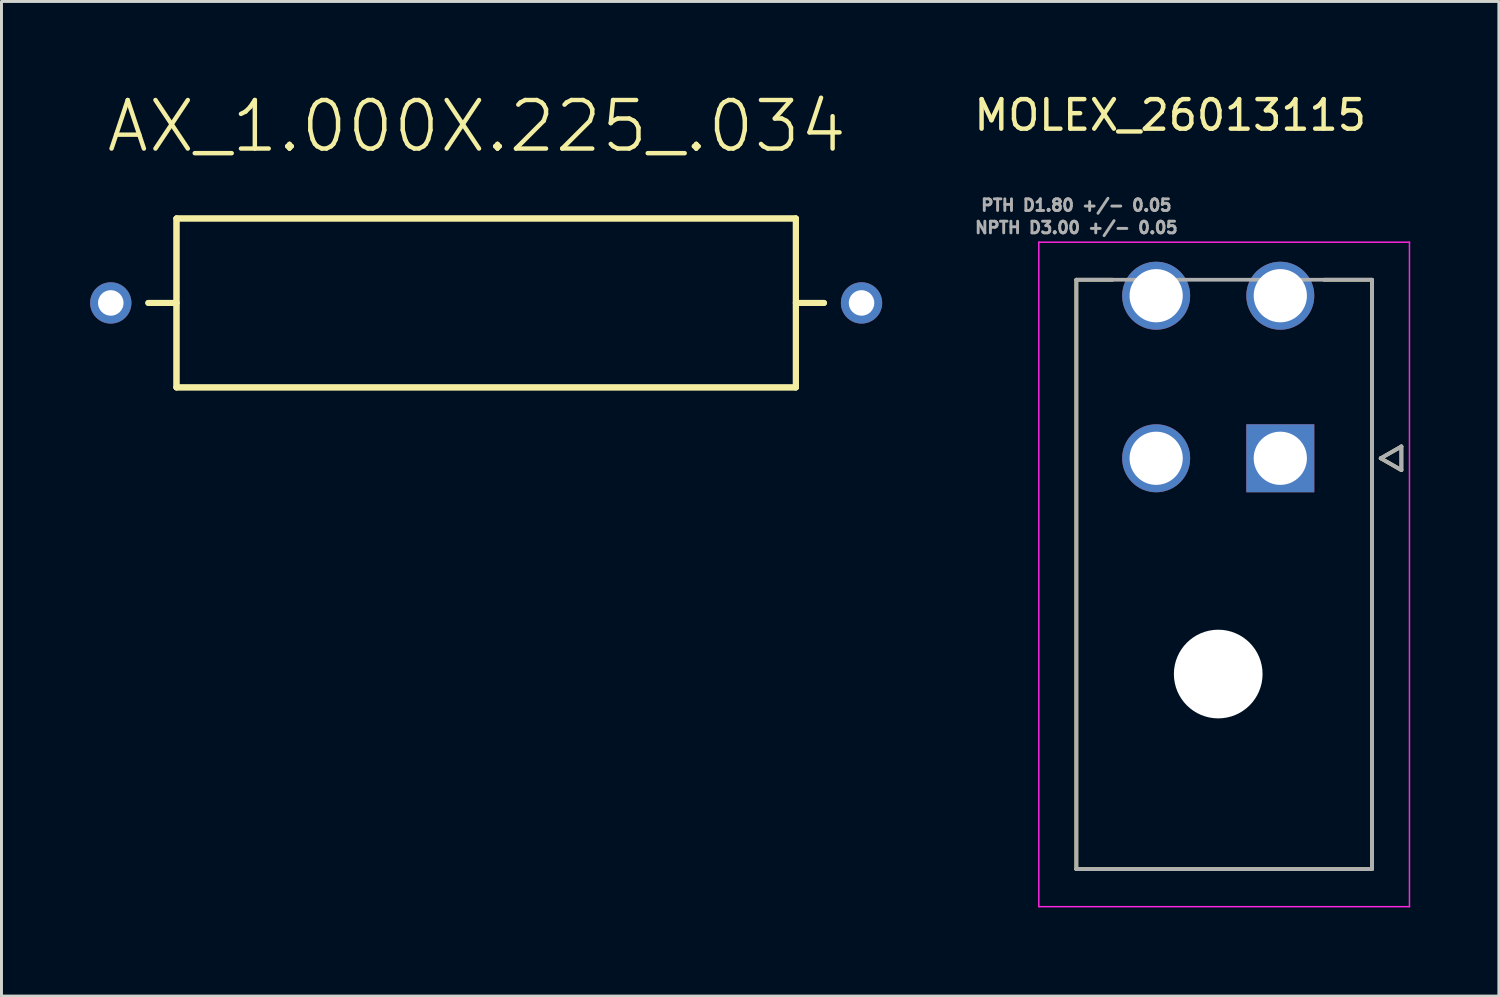
<source format=kicad_pcb>
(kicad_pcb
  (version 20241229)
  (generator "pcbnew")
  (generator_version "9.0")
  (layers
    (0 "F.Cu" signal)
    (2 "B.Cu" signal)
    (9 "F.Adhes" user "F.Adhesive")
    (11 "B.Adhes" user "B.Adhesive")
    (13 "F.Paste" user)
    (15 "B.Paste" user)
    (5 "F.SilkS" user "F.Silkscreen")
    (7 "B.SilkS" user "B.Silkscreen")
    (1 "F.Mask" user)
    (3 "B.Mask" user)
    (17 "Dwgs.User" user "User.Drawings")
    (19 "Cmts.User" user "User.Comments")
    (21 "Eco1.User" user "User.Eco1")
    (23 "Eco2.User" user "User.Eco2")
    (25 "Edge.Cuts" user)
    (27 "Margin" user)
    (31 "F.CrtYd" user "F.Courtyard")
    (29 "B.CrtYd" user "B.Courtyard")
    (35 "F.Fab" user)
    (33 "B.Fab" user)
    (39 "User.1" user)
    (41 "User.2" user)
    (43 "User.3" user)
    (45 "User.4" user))
  (footprint "MOLEX_26013115"
    (layer "F.Cu")
    (at 40.266 12.455)
    (property "Reference" "MOLEX_26013115" (at -3.725 -11.607 0) (layer "F.SilkS") (effects (font (size 1 1) (thickness 0.15))))
    (attr through_hole)
    (fp_circle (center -4.2 -5.5) (end -3.587 -5.5) (stroke (width 1.226) (type solid)) (fill no) (layer "F.Mask"))
    (fp_circle (center -4.2 0) (end -3.587 0) (stroke (width 1.226) (type solid)) (fill no) (layer "F.Mask"))
    (fp_circle (center -2.1 7.3) (end -1.312 7.3) (stroke (width 1.576) (type solid)) (fill no) (layer "F.Mask"))
    (fp_circle (center 0 -5.5) (end 0.613 -5.5) (stroke (width 1.226) (type solid)) (fill no) (layer "F.Mask"))
    (fp_poly (pts (xy -1.226 -1.226) (xy 1.226 -1.226) (xy 1.226 1.226) (xy -1.226 1.226)) (stroke (width 0.01) (type solid)) (fill yes) (layer "F.Mask"))
    (fp_circle (center -4.2 -5.5) (end -3.587 -5.5) (stroke (width 1.226) (type solid)) (fill no) (layer "B.Mask"))
    (fp_circle (center -4.2 0) (end -3.587 0) (stroke (width 1.226) (type solid)) (fill no) (layer "B.Mask"))
    (fp_circle (center -2.1 7.3) (end -1.312 7.3) (stroke (width 1.576) (type solid)) (fill no) (layer "B.Mask"))
    (fp_circle (center 0 -5.5) (end 0.613 -5.5) (stroke (width 1.226) (type solid)) (fill no) (layer "B.Mask"))
    (fp_poly (pts (xy -1.226 -1.226) (xy 1.226 -1.226) (xy 1.226 1.226) (xy -1.226 1.226)) (stroke (width 0.01) (type solid)) (fill yes) (layer "B.Mask"))
    (fp_line (start -6.9 -6.04) (end -5.676 -6.04) (stroke (width 0.127) (type solid)) (layer "F.SilkS"))
    (fp_line (start -6.9 13.9) (end -6.9 -6.04) (stroke (width 0.127) (type solid)) (layer "F.SilkS"))
    (fp_line (start 3.1 -6.04) (end 1.476 -6.04) (stroke (width 0.127) (type solid)) (layer "F.SilkS"))
    (fp_line (start 3.1 -6.04) (end 3.1 13.9) (stroke (width 0.127) (type solid)) (layer "F.SilkS"))
    (fp_line (start 3.1 13.9) (end -6.9 13.9) (stroke (width 0.127) (type solid)) (layer "F.SilkS"))
    (fp_line (start 3.397 0) (end 4.097 0.4) (stroke (width 0.127) (type solid)) (layer "F.SilkS"))
    (fp_line (start 4.097 -0.4) (end 3.397 0) (stroke (width 0.127) (type solid)) (layer "F.SilkS"))
    (fp_line (start 4.097 0.4) (end 4.097 -0.4) (stroke (width 0.127) (type solid)) (layer "F.SilkS"))
    (fp_line (start -8.17 -7.31) (end 4.37 -7.31) (stroke (width 0.05) (type solid)) (layer "F.CrtYd"))
    (fp_line (start -8.17 15.17) (end -8.17 -7.31) (stroke (width 0.05) (type solid)) (layer "F.CrtYd"))
    (fp_line (start 4.37 -7.31) (end 4.37 15.17) (stroke (width 0.05) (type solid)) (layer "F.CrtYd"))
    (fp_line (start 4.37 15.17) (end -8.17 15.17) (stroke (width 0.05) (type solid)) (layer "F.CrtYd"))
    (fp_line (start -6.9 -6.04) (end 3.1 -6.04) (stroke (width 0.127) (type solid)) (layer "F.Fab"))
    (fp_line (start -6.9 13.9) (end -6.9 -6.04) (stroke (width 0.127) (type solid)) (layer "F.Fab"))
    (fp_line (start 3.1 -6.04) (end 3.1 13.9) (stroke (width 0.127) (type solid)) (layer "F.Fab"))
    (fp_line (start 3.1 13.9) (end -6.9 13.9) (stroke (width 0.127) (type solid)) (layer "F.Fab"))
    (fp_line (start 3.397 0) (end 4.097 0.4) (stroke (width 0.127) (type solid)) (layer "F.Fab"))
    (fp_line (start 4.097 -0.4) (end 3.397 0) (stroke (width 0.127) (type solid)) (layer "F.Fab"))
    (fp_line (start 4.097 0.4) (end 4.097 -0.4) (stroke (width 0.127) (type solid)) (layer "F.Fab"))
    (fp_text user "NPTH D3.00 +/- 0.05" (at -6.9 -7.804 0) (layer "F.Fab") (effects (font (size 0.394 0.394) (thickness 0.15))))
    (fp_text user "PTH D1.80 +/- 0.05" (at -6.9 -8.561 0) (layer "F.Fab") (effects (font (size 0.394 0.394) (thickness 0.15))))
    (pad "" np_thru_hole circle (at -2.1 7.3) (size 3 3) (drill 3) (layers "*.Cu" "*.Mask"))
    (pad "1" thru_hole rect (at 0 0) (size 2.3 2.3) (drill 1.8) (layers "*.Cu"))
    (pad "2" thru_hole circle (at -4.2 0) (size 2.3 2.3) (drill 1.8) (layers "*.Cu"))
    (pad "3" thru_hole circle (at 0 -5.5) (size 2.3 2.3) (drill 1.8) (layers "*.Cu"))
    (pad "4" thru_hole circle (at -4.2 -5.5) (size 2.3 2.3) (drill 1.8) (layers "*.Cu")))
  (footprint "AX_1.000X.225_.034"
    (layer "F.Cu")
    (at 11.323 6.719)
    (property "Reference" "AX_1.000X.225_.034" (at 1.755 -5.495 0) (layer "F.SilkS") (effects (font (size 1.642 1.642) (thickness 0.15))))
    (attr smd)
    (fp_line (start -9.355 0.48) (end -8.402 0.48) (stroke (width 0.203) (type solid)) (layer "F.SilkS"))
    (fp_line (start -9.355 0.48) (end -8.402 0.48) (stroke (width 0.203) (type solid)) (layer "F.SilkS"))
    (fp_line (start -8.402 -2.377) (end 12.553 -2.377) (stroke (width 0.203) (type solid)) (layer "F.SilkS"))
    (fp_line (start -8.402 -2.377) (end 12.553 -2.377) (stroke (width 0.203) (type solid)) (layer "F.SilkS"))
    (fp_line (start -8.402 3.337) (end -8.402 -2.377) (stroke (width 0.203) (type solid)) (layer "F.SilkS"))
    (fp_line (start -8.402 3.337) (end -8.402 -2.377) (stroke (width 0.203) (type solid)) (layer "F.SilkS"))
    (fp_line (start -8.402 3.337) (end 12.553 3.337) (stroke (width 0.203) (type solid)) (layer "F.SilkS"))
    (fp_line (start -8.402 3.337) (end 12.553 3.337) (stroke (width 0.203) (type solid)) (layer "F.SilkS"))
    (fp_line (start 12.553 0.48) (end 13.505 0.48) (stroke (width 0.203) (type solid)) (layer "F.SilkS"))
    (fp_line (start 12.553 0.48) (end 13.505 0.48) (stroke (width 0.203) (type solid)) (layer "F.SilkS"))
    (fp_line (start 12.553 3.337) (end 12.553 -2.377) (stroke (width 0.203) (type solid)) (layer "F.SilkS"))
    (fp_line (start 12.553 3.337) (end 12.553 -2.377) (stroke (width 0.203) (type solid)) (layer "F.SilkS"))
    (fp_line (start -9.355 0.48) (end -8.402 0.48) (stroke (width 0.203) (type solid)) (layer "User.1"))
    (fp_line (start -9.355 0.48) (end -8.402 0.48) (stroke (width 0.203) (type solid)) (layer "User.1"))
    (fp_line (start -8.402 -2.377) (end 12.553 -2.377) (stroke (width 0.203) (type solid)) (layer "User.1"))
    (fp_line (start -8.402 3.337) (end -8.402 -2.377) (stroke (width 0.203) (type solid)) (layer "User.1"))
    (fp_line (start -8.402 3.337) (end -8.402 -2.377) (stroke (width 0.203) (type solid)) (layer "User.1"))
    (fp_line (start -8.402 3.337) (end 12.553 3.337) (stroke (width 0.203) (type solid)) (layer "User.1"))
    (fp_line (start -8.402 3.337) (end 12.553 3.337) (stroke (width 0.203) (type solid)) (layer "User.1"))
    (fp_line (start 12.553 0.48) (end 13.505 0.48) (stroke (width 0.203) (type solid)) (layer "User.1"))
    (fp_line (start 12.553 0.48) (end 13.505 0.48) (stroke (width 0.203) (type solid)) (layer "User.1"))
    (fp_line (start 12.553 3.337) (end 12.553 -2.377) (stroke (width 0.203) (type solid)) (layer "User.1"))
    (fp_line (start 12.553 3.337) (end 12.553 -2.377) (stroke (width 0.203) (type solid)) (layer "User.1"))
    (pad "1" thru_hole circle (at -10.625 0.48) (size 1.397 1.397) (drill 0.864) (layers "*.Cu" "*.Mask"))
    (pad "2" thru_hole circle (at 14.775 0.48) (size 1.397 1.397) (drill 0.864) (layers "*.Cu" "*.Mask")))
  (gr_rect
    (start -3 -3)
    (end 47.661 30.65)
    (stroke (width 0.1) (type default))
    (fill no)
    (layer "Edge.Cuts")))
</source>
